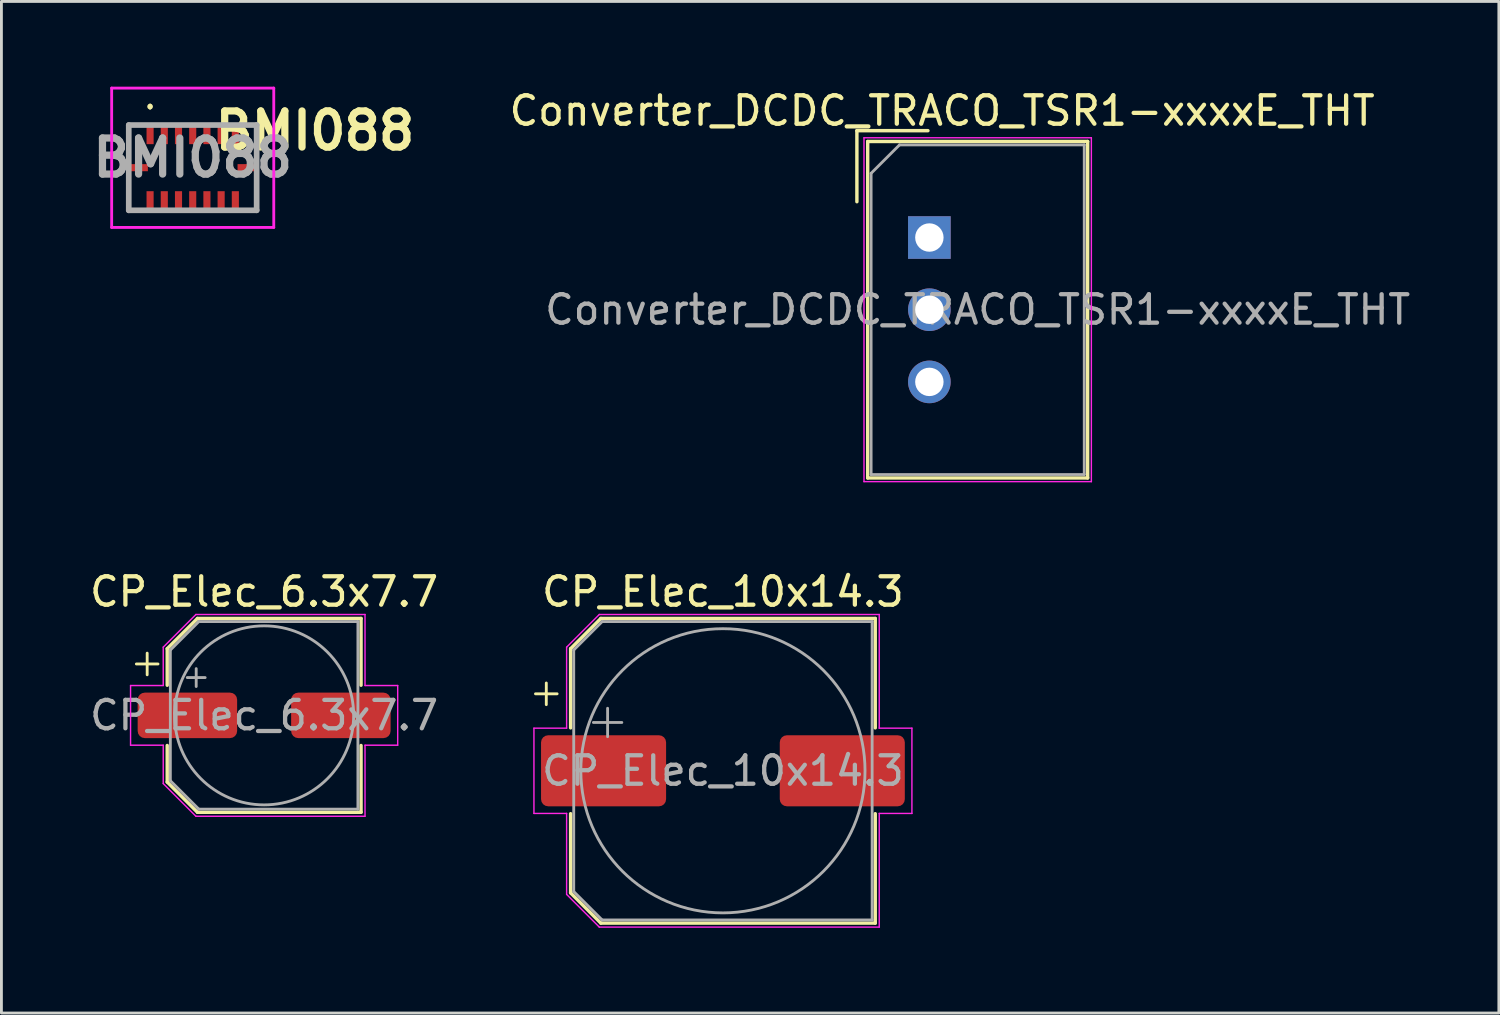
<source format=kicad_pcb>
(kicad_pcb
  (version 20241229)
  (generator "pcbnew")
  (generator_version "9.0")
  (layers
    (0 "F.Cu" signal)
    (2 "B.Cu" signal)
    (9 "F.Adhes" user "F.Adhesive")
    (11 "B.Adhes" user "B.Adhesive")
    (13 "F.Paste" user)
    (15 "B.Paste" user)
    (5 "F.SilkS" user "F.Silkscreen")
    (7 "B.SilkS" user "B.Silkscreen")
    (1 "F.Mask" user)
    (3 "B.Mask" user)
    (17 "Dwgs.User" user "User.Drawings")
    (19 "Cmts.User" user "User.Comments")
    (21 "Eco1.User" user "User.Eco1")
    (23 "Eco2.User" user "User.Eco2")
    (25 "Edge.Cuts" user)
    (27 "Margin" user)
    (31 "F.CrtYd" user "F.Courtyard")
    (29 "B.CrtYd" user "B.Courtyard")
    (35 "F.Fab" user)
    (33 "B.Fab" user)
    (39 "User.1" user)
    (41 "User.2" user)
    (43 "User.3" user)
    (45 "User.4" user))
  (footprint "CP_Elec_6.3x7.7"
    (layer "F.Cu")
    (at 6.244 22.122)
    (property "Reference" "CP_Elec_6.3x7.7" (at 0 -4.35 0) (layer "F.SilkS") (effects (font (size 1 1) (thickness 0.15))))
    (attr smd)
    (fp_line (start -3.41 -2.346) (end -3.41 -1.06) (stroke (width 0.12) (type solid)) (layer "F.SilkS"))
    (fp_line (start -3.41 -2.346) (end -2.346 -3.41) (stroke (width 0.12) (type solid)) (layer "F.SilkS"))
    (fp_line (start -3.41 2.346) (end -3.41 1.06) (stroke (width 0.12) (type solid)) (layer "F.SilkS"))
    (fp_line (start -3.41 2.346) (end -2.346 3.41) (stroke (width 0.12) (type solid)) (layer "F.SilkS"))
    (fp_line (start -2.346 -3.41) (end 3.41 -3.41) (stroke (width 0.12) (type solid)) (layer "F.SilkS"))
    (fp_line (start -2.346 3.41) (end 3.41 3.41) (stroke (width 0.12) (type solid)) (layer "F.SilkS"))
    (fp_line (start 3.41 -3.41) (end 3.41 -1.06) (stroke (width 0.12) (type solid)) (layer "F.SilkS"))
    (fp_line (start 3.41 3.41) (end 3.41 1.06) (stroke (width 0.12) (type solid)) (layer "F.SilkS"))
    (fp_line (start -4.7 -1.05) (end -4.7 1.05) (stroke (width 0.05) (type solid)) (layer "F.CrtYd"))
    (fp_line (start -4.7 1.05) (end -3.55 1.05) (stroke (width 0.05) (type solid)) (layer "F.CrtYd"))
    (fp_line (start -3.55 -2.4) (end -3.55 -1.05) (stroke (width 0.05) (type solid)) (layer "F.CrtYd"))
    (fp_line (start -3.55 -2.4) (end -2.4 -3.55) (stroke (width 0.05) (type solid)) (layer "F.CrtYd"))
    (fp_line (start -3.55 -1.05) (end -4.7 -1.05) (stroke (width 0.05) (type solid)) (layer "F.CrtYd"))
    (fp_line (start -3.55 1.05) (end -3.55 2.4) (stroke (width 0.05) (type solid)) (layer "F.CrtYd"))
    (fp_line (start -3.55 2.4) (end -2.4 3.55) (stroke (width 0.05) (type solid)) (layer "F.CrtYd"))
    (fp_line (start -2.4 -3.55) (end 3.55 -3.55) (stroke (width 0.05) (type solid)) (layer "F.CrtYd"))
    (fp_line (start -2.4 3.55) (end 3.55 3.55) (stroke (width 0.05) (type solid)) (layer "F.CrtYd"))
    (fp_line (start 3.55 -3.55) (end 3.55 -1.05) (stroke (width 0.05) (type solid)) (layer "F.CrtYd"))
    (fp_line (start 3.55 -1.05) (end 4.7 -1.05) (stroke (width 0.05) (type solid)) (layer "F.CrtYd"))
    (fp_line (start 3.55 1.05) (end 3.55 3.55) (stroke (width 0.05) (type solid)) (layer "F.CrtYd"))
    (fp_line (start 4.7 -1.05) (end 4.7 1.05) (stroke (width 0.05) (type solid)) (layer "F.CrtYd"))
    (fp_line (start 4.7 1.05) (end 3.55 1.05) (stroke (width 0.05) (type solid)) (layer "F.CrtYd"))
    (fp_line (start -3.3 -2.3) (end -3.3 2.3) (stroke (width 0.1) (type solid)) (layer "F.Fab"))
    (fp_line (start -3.3 -2.3) (end -2.3 -3.3) (stroke (width 0.1) (type solid)) (layer "F.Fab"))
    (fp_line (start -3.3 2.3) (end -2.3 3.3) (stroke (width 0.1) (type solid)) (layer "F.Fab"))
    (fp_line (start -2.705 -1.33) (end -2.075 -1.33) (stroke (width 0.1) (type solid)) (layer "F.Fab"))
    (fp_line (start -2.39 -1.645) (end -2.39 -1.015) (stroke (width 0.1) (type solid)) (layer "F.Fab"))
    (fp_line (start -2.3 -3.3) (end 3.3 -3.3) (stroke (width 0.1) (type solid)) (layer "F.Fab"))
    (fp_line (start -2.3 3.3) (end 3.3 3.3) (stroke (width 0.1) (type solid)) (layer "F.Fab"))
    (fp_line (start 3.3 -3.3) (end 3.3 3.3) (stroke (width 0.1) (type solid)) (layer "F.Fab"))
    (fp_circle (center 0 0) (end 3.15 0) (stroke (width 0.1) (type solid)) (fill no) (layer "F.Fab"))
    (fp_text user "+" (at -4.8 -1.3 0) (unlocked yes) (layer "F.SilkS") (effects (font (size 1 1) (thickness 0.1)) (justify left bottom)))
    (fp_text user "${REFERENCE}" (at 0 0 0) (layer "F.Fab") (effects (font (size 1 1) (thickness 0.15))))
    (pad "1" smd roundrect (at -2.7 0) (size 3.5 1.6) (layers "F.Cu" "F.Mask" "F.Paste") (roundrect_rratio 0.156))
    (pad "2" smd roundrect (at 2.7 0) (size 3.5 1.6) (layers "F.Cu" "F.Mask" "F.Paste") (roundrect_rratio 0.156)))
  (footprint "Converter_DCDC_TRACO_TSR1-xxxxE_THT"
    (layer "F.Cu")
    (at 29.652 5.308)
    (property "Reference" "Converter_DCDC_TRACO_TSR1-xxxxE_THT" (at 0.45 -4.46 0) (layer "F.SilkS") (effects (font (size 1 1) (thickness 0.15))))
    (attr through_hole)
    (fp_line (start -2.55 -3.76) (end -0.05 -3.76) (stroke (width 0.12) (type solid)) (layer "F.SilkS"))
    (fp_line (start -2.55 -1.26) (end -2.55 -3.76) (stroke (width 0.12) (type solid)) (layer "F.SilkS"))
    (fp_line (start -2.17 -3.38) (end -2.17 8.46) (stroke (width 0.12) (type solid)) (layer "F.SilkS"))
    (fp_line (start -2.17 -3.38) (end 5.57 -3.38) (stroke (width 0.12) (type solid)) (layer "F.SilkS"))
    (fp_line (start -2.17 8.46) (end 5.57 8.46) (stroke (width 0.12) (type solid)) (layer "F.SilkS"))
    (fp_line (start 5.57 -3.38) (end 5.57 8.46) (stroke (width 0.12) (type solid)) (layer "F.SilkS"))
    (fp_line (start -2.3 -3.51) (end -2.3 8.59) (stroke (width 0.05) (type solid)) (layer "F.CrtYd"))
    (fp_line (start -2.3 -3.51) (end 5.7 -3.51) (stroke (width 0.05) (type solid)) (layer "F.CrtYd"))
    (fp_line (start -2.3 8.59) (end 5.7 8.59) (stroke (width 0.05) (type solid)) (layer "F.CrtYd"))
    (fp_line (start 5.7 -3.51) (end 5.7 8.59) (stroke (width 0.05) (type solid)) (layer "F.CrtYd"))
    (fp_line (start -2.05 -2.26) (end -1.05 -3.26) (stroke (width 0.1) (type solid)) (layer "F.Fab"))
    (fp_line (start -2.05 8.34) (end -2.05 -2.26) (stroke (width 0.1) (type solid)) (layer "F.Fab"))
    (fp_line (start -1.05 -3.26) (end 5.45 -3.26) (stroke (width 0.1) (type solid)) (layer "F.Fab"))
    (fp_line (start 5.45 -3.26) (end 5.45 8.34) (stroke (width 0.1) (type solid)) (layer "F.Fab"))
    (fp_line (start 5.45 8.34) (end -2.05 8.34) (stroke (width 0.1) (type solid)) (layer "F.Fab"))
    (fp_text user "${REFERENCE}" (at 1.7 2.54 0) (layer "F.Fab") (effects (font (size 1 1) (thickness 0.15))))
    (pad "1" thru_hole rect (at 0 0) (size 1.5 1.5) (drill 1) (layers "*.Cu" "*.Mask"))
    (pad "2" thru_hole circle (at 0 2.54) (size 1.5 1.5) (drill 1) (layers "*.Cu" "*.Mask"))
    (pad "3" thru_hole circle (at 0 5.08) (size 1.5 1.5) (drill 1) (layers "*.Cu" "*.Mask")))
  (footprint "BMI088"
    (layer "F.Cu")
    (at 3.731 2.85)
    (property "Reference" "BMI088" (at 4.3 -1.3 0) (layer "F.SilkS") (effects (font (size 1.27 1.27) (thickness 0.254))))
    (attr smd)
    (fp_line (start -2.25 -1.5) (end -1.915 -1.5) (stroke (width 0.1) (type solid)) (layer "F.SilkS"))
    (fp_line (start -2.25 -0.5) (end -2.25 -1.5) (stroke (width 0.1) (type solid)) (layer "F.SilkS"))
    (fp_line (start -2.25 0.5) (end -2.25 0.5) (stroke (width 0.1) (type solid)) (layer "F.SilkS"))
    (fp_line (start -2.25 1.5) (end -2.25 0.5) (stroke (width 0.1) (type solid)) (layer "F.SilkS"))
    (fp_line (start -1.915 1.5) (end -2.25 1.5) (stroke (width 0.1) (type solid)) (layer "F.SilkS"))
    (fp_line (start -1.5 -2.2) (end -1.5 -2.2) (stroke (width 0.1) (type solid)) (layer "F.SilkS"))
    (fp_line (start -1.5 -2.1) (end -1.5 -2.1) (stroke (width 0.1) (type solid)) (layer "F.SilkS"))
    (fp_line (start 1.915 -1.5) (end 2.25 -1.5) (stroke (width 0.1) (type solid)) (layer "F.SilkS"))
    (fp_line (start 2 1.5) (end 2.25 1.5) (stroke (width 0.1) (type solid)) (layer "F.SilkS"))
    (fp_line (start 2.25 -1.5) (end 2.25 -0.5) (stroke (width 0.1) (type solid)) (layer "F.SilkS"))
    (fp_line (start 2.25 1.5) (end 2.25 0.5) (stroke (width 0.1) (type solid)) (layer "F.SilkS"))
    (fp_arc (start -1.5 -2.2) (mid -1.45 -2.15) (end -1.5 -2.1) (stroke (width 0.1) (type solid)) (layer "F.SilkS"))
    (fp_arc (start -1.5 -2.1) (mid -1.55 -2.15) (end -1.5 -2.2) (stroke (width 0.1) (type solid)) (layer "F.SilkS"))
    (fp_line (start -2.852 -2.8) (end 2.852 -2.8) (stroke (width 0.1) (type solid)) (layer "F.CrtYd"))
    (fp_line (start -2.852 2.103) (end -2.852 -2.8) (stroke (width 0.1) (type solid)) (layer "F.CrtYd"))
    (fp_line (start 2.852 -2.8) (end 2.852 2.103) (stroke (width 0.1) (type solid)) (layer "F.CrtYd"))
    (fp_line (start 2.852 2.103) (end -2.852 2.103) (stroke (width 0.1) (type solid)) (layer "F.CrtYd"))
    (fp_line (start -2.25 -1.5) (end 2.25 -1.5) (stroke (width 0.2) (type solid)) (layer "F.Fab"))
    (fp_line (start -2.25 1.5) (end -2.25 -1.5) (stroke (width 0.2) (type solid)) (layer "F.Fab"))
    (fp_line (start 2.25 -1.5) (end 2.25 1.5) (stroke (width 0.2) (type solid)) (layer "F.Fab"))
    (fp_line (start 2.25 1.5) (end -2.25 1.5) (stroke (width 0.2) (type solid)) (layer "F.Fab"))
    (fp_text user "${REFERENCE}" (at 0 -0.349 0) (layer "F.Fab") (effects (font (size 1.27 1.27) (thickness 0.254))))
    (pad "1" smd rect (at -1.5 -1.165) (size 0.25 0.675) (layers "F.Cu" "F.Mask" "F.Paste"))
    (pad "2" smd rect (at -1 -1.165) (size 0.25 0.675) (layers "F.Cu" "F.Mask" "F.Paste"))
    (pad "3" smd rect (at -0.5 -1.165) (size 0.25 0.675) (layers "F.Cu" "F.Mask" "F.Paste"))
    (pad "4" smd rect (at 0 -1.165) (size 0.25 0.675) (layers "F.Cu" "F.Mask" "F.Paste"))
    (pad "5" smd rect (at 0.5 -1.165) (size 0.25 0.675) (layers "F.Cu" "F.Mask" "F.Paste"))
    (pad "6" smd rect (at 1 -1.165) (size 0.25 0.675) (layers "F.Cu" "F.Mask" "F.Paste"))
    (pad "7" smd rect (at 1.5 -1.165) (size 0.25 0.675) (layers "F.Cu" "F.Mask" "F.Paste"))
    (pad "8" smd rect (at 1.915 0 90) (size 0.25 0.675) (layers "F.Cu" "F.Mask" "F.Paste"))
    (pad "9" smd rect (at 1.5 1.165) (size 0.25 0.675) (layers "F.Cu" "F.Mask" "F.Paste"))
    (pad "10" smd rect (at 1 1.165) (size 0.25 0.675) (layers "F.Cu" "F.Mask" "F.Paste"))
    (pad "11" smd rect (at 0.5 1.165) (size 0.25 0.675) (layers "F.Cu" "F.Mask" "F.Paste"))
    (pad "12" smd rect (at 0 1.165) (size 0.25 0.675) (layers "F.Cu" "F.Mask" "F.Paste"))
    (pad "13" smd rect (at -0.5 1.165) (size 0.25 0.675) (layers "F.Cu" "F.Mask" "F.Paste"))
    (pad "14" smd rect (at -1 1.165) (size 0.25 0.675) (layers "F.Cu" "F.Mask" "F.Paste"))
    (pad "15" smd rect (at -1.5 1.165) (size 0.25 0.675) (layers "F.Cu" "F.Mask" "F.Paste"))
    (pad "16" smd rect (at -1.915 0 90) (size 0.25 0.675) (layers "F.Cu" "F.Mask" "F.Paste")))
  (footprint "CP_Elec_10x14.3"
    (layer "F.Cu")
    (at 22.388 24.072)
    (property "Reference" "CP_Elec_10x14.3" (at 0 -6.3 0) (layer "F.SilkS") (effects (font (size 1 1) (thickness 0.15))))
    (attr smd)
    (fp_line (start -5.36 -4.296) (end -5.36 -1.51) (stroke (width 0.12) (type solid)) (layer "F.SilkS"))
    (fp_line (start -5.36 -4.296) (end -4.296 -5.36) (stroke (width 0.12) (type solid)) (layer "F.SilkS"))
    (fp_line (start -5.36 4.296) (end -5.36 1.51) (stroke (width 0.12) (type solid)) (layer "F.SilkS"))
    (fp_line (start -5.36 4.296) (end -4.296 5.36) (stroke (width 0.12) (type solid)) (layer "F.SilkS"))
    (fp_line (start -4.296 -5.36) (end 5.36 -5.36) (stroke (width 0.12) (type solid)) (layer "F.SilkS"))
    (fp_line (start -4.296 5.36) (end 5.36 5.36) (stroke (width 0.12) (type solid)) (layer "F.SilkS"))
    (fp_line (start 5.36 -5.36) (end 5.36 -1.51) (stroke (width 0.12) (type solid)) (layer "F.SilkS"))
    (fp_line (start 5.36 5.36) (end 5.36 1.51) (stroke (width 0.12) (type solid)) (layer "F.SilkS"))
    (fp_line (start -6.65 -1.5) (end -6.65 1.5) (stroke (width 0.05) (type solid)) (layer "F.CrtYd"))
    (fp_line (start -6.65 1.5) (end -5.5 1.5) (stroke (width 0.05) (type solid)) (layer "F.CrtYd"))
    (fp_line (start -5.5 -4.35) (end -5.5 -1.5) (stroke (width 0.05) (type solid)) (layer "F.CrtYd"))
    (fp_line (start -5.5 -4.35) (end -4.35 -5.5) (stroke (width 0.05) (type solid)) (layer "F.CrtYd"))
    (fp_line (start -5.5 -1.5) (end -6.65 -1.5) (stroke (width 0.05) (type solid)) (layer "F.CrtYd"))
    (fp_line (start -5.5 1.5) (end -5.5 4.35) (stroke (width 0.05) (type solid)) (layer "F.CrtYd"))
    (fp_line (start -5.5 4.35) (end -4.35 5.5) (stroke (width 0.05) (type solid)) (layer "F.CrtYd"))
    (fp_line (start -4.35 -5.5) (end 5.5 -5.5) (stroke (width 0.05) (type solid)) (layer "F.CrtYd"))
    (fp_line (start -4.35 5.5) (end 5.5 5.5) (stroke (width 0.05) (type solid)) (layer "F.CrtYd"))
    (fp_line (start 5.5 -5.5) (end 5.5 -1.5) (stroke (width 0.05) (type solid)) (layer "F.CrtYd"))
    (fp_line (start 5.5 -1.5) (end 6.65 -1.5) (stroke (width 0.05) (type solid)) (layer "F.CrtYd"))
    (fp_line (start 5.5 1.5) (end 5.5 5.5) (stroke (width 0.05) (type solid)) (layer "F.CrtYd"))
    (fp_line (start 6.65 -1.5) (end 6.65 1.5) (stroke (width 0.05) (type solid)) (layer "F.CrtYd"))
    (fp_line (start 6.65 1.5) (end 5.5 1.5) (stroke (width 0.05) (type solid)) (layer "F.CrtYd"))
    (fp_line (start -5.25 -4.25) (end -5.25 4.25) (stroke (width 0.1) (type solid)) (layer "F.Fab"))
    (fp_line (start -5.25 -4.25) (end -4.25 -5.25) (stroke (width 0.1) (type solid)) (layer "F.Fab"))
    (fp_line (start -5.25 4.25) (end -4.25 5.25) (stroke (width 0.1) (type solid)) (layer "F.Fab"))
    (fp_line (start -4.558 -1.7) (end -3.558 -1.7) (stroke (width 0.1) (type solid)) (layer "F.Fab"))
    (fp_line (start -4.25 -5.25) (end 5.25 -5.25) (stroke (width 0.1) (type solid)) (layer "F.Fab"))
    (fp_line (start -4.25 5.25) (end 5.25 5.25) (stroke (width 0.1) (type solid)) (layer "F.Fab"))
    (fp_line (start -4.058 -2.2) (end -4.058 -1.2) (stroke (width 0.1) (type solid)) (layer "F.Fab"))
    (fp_line (start 5.25 -5.25) (end 5.25 5.25) (stroke (width 0.1) (type solid)) (layer "F.Fab"))
    (fp_circle (center 0 0) (end 5 0) (stroke (width 0.1) (type solid)) (fill no) (layer "F.Fab"))
    (fp_text user "+" (at -6.9 -2.2 0) (unlocked yes) (layer "F.SilkS") (effects (font (size 1 1) (thickness 0.1)) (justify left bottom)))
    (fp_text user "${REFERENCE}" (at 0 0 0) (layer "F.Fab") (effects (font (size 1 1) (thickness 0.15))))
    (pad "1" smd roundrect (at -4.2 0) (size 4.4 2.5) (layers "F.Cu" "F.Mask" "F.Paste") (roundrect_rratio 0.1))
    (pad "2" smd roundrect (at 4.2 0) (size 4.4 2.5) (layers "F.Cu" "F.Mask" "F.Paste") (roundrect_rratio 0.1)))
  (gr_rect
    (start -3 -3)
    (end 49.691 32.596)
    (stroke (width 0.1) (type default))
    (fill no)
    (layer "Edge.Cuts")))
</source>
